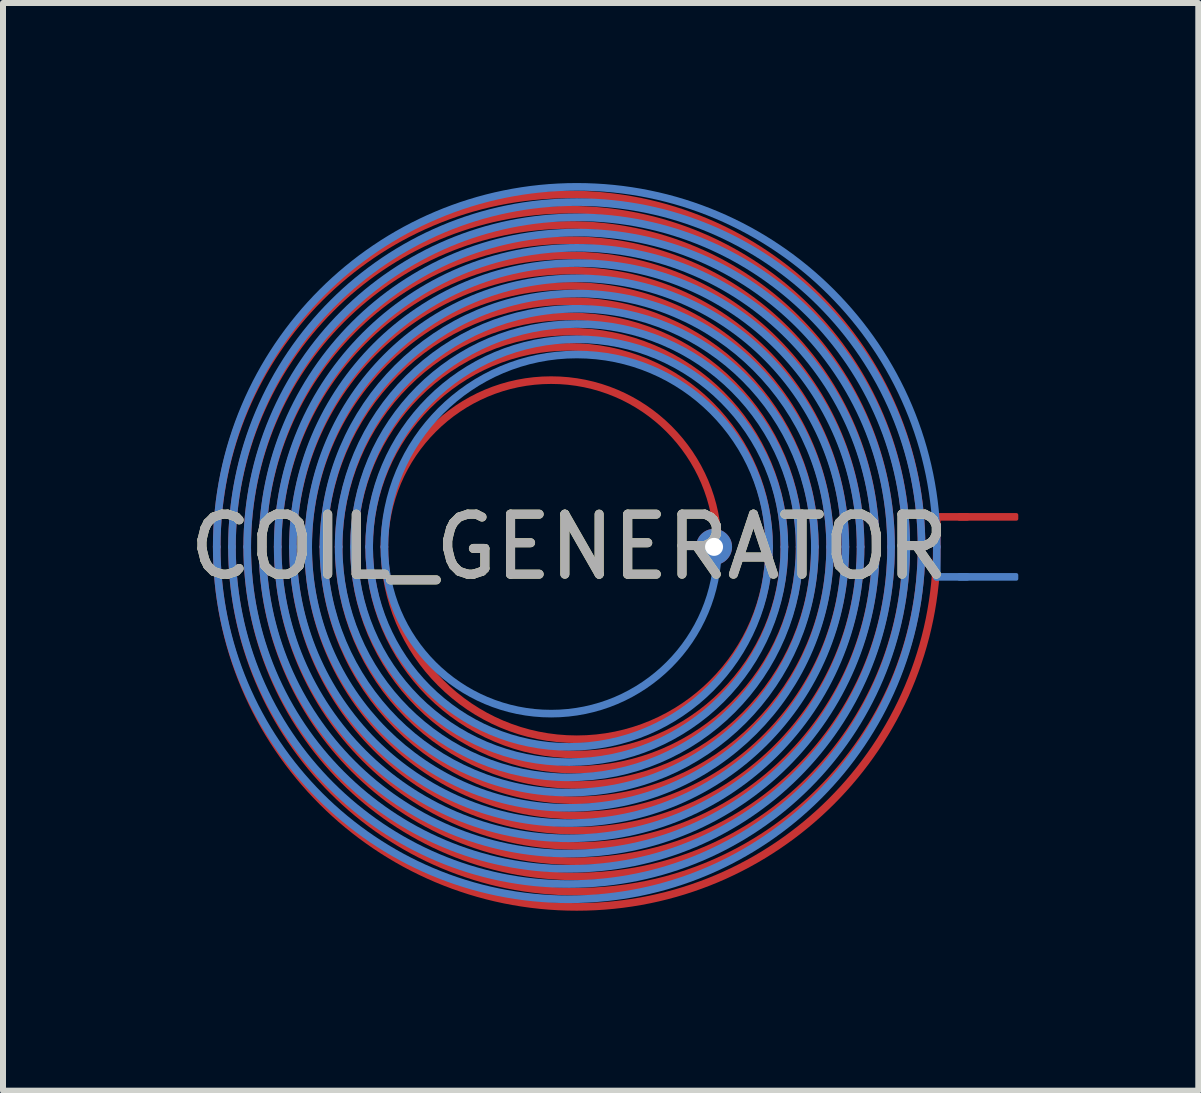
<source format=kicad_pcb>
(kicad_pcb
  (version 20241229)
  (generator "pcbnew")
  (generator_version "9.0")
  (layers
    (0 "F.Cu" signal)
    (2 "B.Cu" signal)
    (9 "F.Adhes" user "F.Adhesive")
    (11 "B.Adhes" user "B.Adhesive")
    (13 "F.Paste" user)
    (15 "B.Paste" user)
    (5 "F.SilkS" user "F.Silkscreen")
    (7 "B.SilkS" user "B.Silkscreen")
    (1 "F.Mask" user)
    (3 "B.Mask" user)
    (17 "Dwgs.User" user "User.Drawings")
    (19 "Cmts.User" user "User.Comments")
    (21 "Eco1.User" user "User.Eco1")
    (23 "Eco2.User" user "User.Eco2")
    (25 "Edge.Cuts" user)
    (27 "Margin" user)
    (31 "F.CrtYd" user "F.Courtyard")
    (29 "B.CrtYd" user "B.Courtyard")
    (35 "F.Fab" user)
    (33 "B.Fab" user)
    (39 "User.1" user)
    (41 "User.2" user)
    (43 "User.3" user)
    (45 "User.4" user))
  (footprint "COIL_GENERATOR"
    (layer "F.Cu")
    (at 6.435 6.064)
    (property "Reference" "COIL_GENERATOR" (at 0 0 0) (unlocked yes) (layer "F.SilkS") (effects (font (size 1 1) (thickness 0.15))))
    (attr smd)
    (fp_line (start 6.127 -0.5) (end 6.627 -0.5) (stroke (width 0.127) (type solid)) (layer "F.Cu"))
    (fp_line (start 6.127 0) (end 6.127 -0.5) (stroke (width 0.127) (type solid)) (layer "F.Cu"))
    (fp_arc (start -5.873 0) (mid 0 -5.873) (end 5.873 0) (stroke (width 0.127) (type solid)) (layer "F.Cu"))
    (fp_arc (start -5.619 0) (mid 0 -5.619) (end 5.619 0) (stroke (width 0.127) (type solid)) (layer "F.Cu"))
    (fp_arc (start -5.365 0) (mid 0 -5.365) (end 5.365 0) (stroke (width 0.127) (type solid)) (layer "F.Cu"))
    (fp_arc (start -5.111 0) (mid 0 -5.111) (end 5.111 0) (stroke (width 0.127) (type solid)) (layer "F.Cu"))
    (fp_arc (start -4.857 0) (mid 0 -4.857) (end 4.857 0) (stroke (width 0.127) (type solid)) (layer "F.Cu"))
    (fp_arc (start -4.603 0) (mid 0 -4.603) (end 4.603 0) (stroke (width 0.127) (type solid)) (layer "F.Cu"))
    (fp_arc (start -4.349 0) (mid 0 -4.349) (end 4.349 0) (stroke (width 0.127) (type solid)) (layer "F.Cu"))
    (fp_arc (start -4.095 0) (mid 0 -4.095) (end 4.095 0) (stroke (width 0.127) (type solid)) (layer "F.Cu"))
    (fp_arc (start -3.841 0) (mid 0 -3.841) (end 3.841 0) (stroke (width 0.127) (type solid)) (layer "F.Cu"))
    (fp_arc (start -3.587 0) (mid 0 -3.587) (end 3.587 0) (stroke (width 0.127) (type solid)) (layer "F.Cu"))
    (fp_arc (start -3.333 0) (mid 0 -3.333) (end 3.333 0) (stroke (width 0.127) (type solid)) (layer "F.Cu"))
    (fp_arc (start -3.079 0) (mid -0.6 -2.779) (end 2.479 0) (stroke (width 0.127) (type solid)) (layer "F.Cu"))
    (fp_arc (start 3.333 0) (mid -0.127 3.206) (end -3.079 0) (stroke (width 0.127) (type solid)) (layer "F.Cu"))
    (fp_arc (start 3.587 0) (mid 0.127 3.46) (end -3.333 0) (stroke (width 0.127) (type solid)) (layer "F.Cu"))
    (fp_arc (start 3.841 0) (mid 0.127 3.714) (end -3.587 0) (stroke (width 0.127) (type solid)) (layer "F.Cu"))
    (fp_arc (start 4.095 0) (mid 0.127 3.968) (end -3.841 0) (stroke (width 0.127) (type solid)) (layer "F.Cu"))
    (fp_arc (start 4.349 0) (mid 0.127 4.222) (end -4.095 0) (stroke (width 0.127) (type solid)) (layer "F.Cu"))
    (fp_arc (start 4.603 0) (mid 0.127 4.476) (end -4.349 0) (stroke (width 0.127) (type solid)) (layer "F.Cu"))
    (fp_arc (start 4.857 0) (mid 0.127 4.73) (end -4.603 0) (stroke (width 0.127) (type solid)) (layer "F.Cu"))
    (fp_arc (start 5.111 0) (mid 0.127 4.984) (end -4.857 0) (stroke (width 0.127) (type solid)) (layer "F.Cu"))
    (fp_arc (start 5.365 0) (mid 0.127 5.238) (end -5.111 0) (stroke (width 0.127) (type solid)) (layer "F.Cu"))
    (fp_arc (start 5.619 0) (mid 0.127 5.492) (end -5.365 0) (stroke (width 0.127) (type solid)) (layer "F.Cu"))
    (fp_arc (start 5.873 0) (mid 0.127 5.746) (end -5.619 0) (stroke (width 0.127) (type solid)) (layer "F.Cu"))
    (fp_arc (start 6.127 0) (mid 0.127 6) (end -5.873 0) (stroke (width 0.127) (type solid)) (layer "F.Cu"))
    (fp_line (start 6.127 0) (end 6.127 0.5) (stroke (width 0.127) (type solid)) (layer "B.Cu"))
    (fp_line (start 6.127 0.5) (end 6.627 0.5) (stroke (width 0.127) (type solid)) (layer "B.Cu"))
    (fp_arc (start -5.873 0) (mid 0.127 -6) (end 6.127 0) (stroke (width 0.127) (type solid)) (layer "B.Cu"))
    (fp_arc (start -5.619 0) (mid 0.127 -5.746) (end 5.873 0) (stroke (width 0.127) (type solid)) (layer "B.Cu"))
    (fp_arc (start -5.365 0) (mid 0.127 -5.492) (end 5.619 0) (stroke (width 0.127) (type solid)) (layer "B.Cu"))
    (fp_arc (start -5.111 0) (mid 0.127 -5.238) (end 5.365 0) (stroke (width 0.127) (type solid)) (layer "B.Cu"))
    (fp_arc (start -4.857 0) (mid 0.127 -4.984) (end 5.111 0) (stroke (width 0.127) (type solid)) (layer "B.Cu"))
    (fp_arc (start -4.603 0) (mid 0.127 -4.73) (end 4.857 0) (stroke (width 0.127) (type solid)) (layer "B.Cu"))
    (fp_arc (start -4.349 0) (mid 0.127 -4.476) (end 4.603 0) (stroke (width 0.127) (type solid)) (layer "B.Cu"))
    (fp_arc (start -4.095 0) (mid 0.127 -4.222) (end 4.349 0) (stroke (width 0.127) (type solid)) (layer "B.Cu"))
    (fp_arc (start -3.841 0) (mid 0.127 -3.968) (end 4.095 0) (stroke (width 0.127) (type solid)) (layer "B.Cu"))
    (fp_arc (start -3.587 0) (mid 0.127 -3.714) (end 3.841 0) (stroke (width 0.127) (type solid)) (layer "B.Cu"))
    (fp_arc (start -3.333 0) (mid 0.127 -3.46) (end 3.587 0) (stroke (width 0.127) (type solid)) (layer "B.Cu"))
    (fp_arc (start -3.079 0) (mid -0.127 -3.206) (end 3.333 0) (stroke (width 0.127) (type solid)) (layer "B.Cu"))
    (fp_arc (start 2.479 0) (mid -0.6 2.779) (end -3.079 0) (stroke (width 0.127) (type solid)) (layer "B.Cu"))
    (fp_arc (start 3.333 0) (mid 0 3.333) (end -3.333 0) (stroke (width 0.127) (type solid)) (layer "B.Cu"))
    (fp_arc (start 3.587 0) (mid 0 3.587) (end -3.587 0) (stroke (width 0.127) (type solid)) (layer "B.Cu"))
    (fp_arc (start 3.841 0) (mid 0 3.841) (end -3.841 0) (stroke (width 0.127) (type solid)) (layer "B.Cu"))
    (fp_arc (start 4.095 0) (mid 0 4.095) (end -4.095 0) (stroke (width 0.127) (type solid)) (layer "B.Cu"))
    (fp_arc (start 4.349 0) (mid 0 4.349) (end -4.349 0) (stroke (width 0.127) (type solid)) (layer "B.Cu"))
    (fp_arc (start 4.603 0) (mid 0 4.603) (end -4.603 0) (stroke (width 0.127) (type solid)) (layer "B.Cu"))
    (fp_arc (start 4.857 0) (mid 0 4.857) (end -4.857 0) (stroke (width 0.127) (type solid)) (layer "B.Cu"))
    (fp_arc (start 5.111 0) (mid 0 5.111) (end -5.111 0) (stroke (width 0.127) (type solid)) (layer "B.Cu"))
    (fp_arc (start 5.365 0) (mid 0 5.365) (end -5.365 0) (stroke (width 0.127) (type solid)) (layer "B.Cu"))
    (fp_arc (start 5.619 0) (mid 0 5.619) (end -5.619 0) (stroke (width 0.127) (type solid)) (layer "B.Cu"))
    (fp_arc (start 5.873 0) (mid 0 5.873) (end -5.873 0) (stroke (width 0.127) (type solid)) (layer "B.Cu"))
    (fp_text user "${REFERENCE}" (at 0 0 0) (unlocked yes) (layer "F.Fab") (effects (font (size 1 1) (thickness 0.15))))
    (pad "" thru_hole circle (at 2.415 0) (size 0.6 0.6) (drill 0.3) (layers "*.Cu" "*.Mask"))
    (pad "1" smd roundrect (at 6.977 -0.5) (size 1.016 0.127) (layers "F.Cu") (roundrect_rratio 0.25))
    (pad "2" smd roundrect (at 6.977 0.5) (size 1.016 0.127) (layers "B.Cu") (roundrect_rratio 0.25)))
  (gr_rect
    (start -3 -3)
    (end 16.92 15.127)
    (stroke (width 0.1) (type default))
    (fill no)
    (layer "Edge.Cuts")))
</source>
